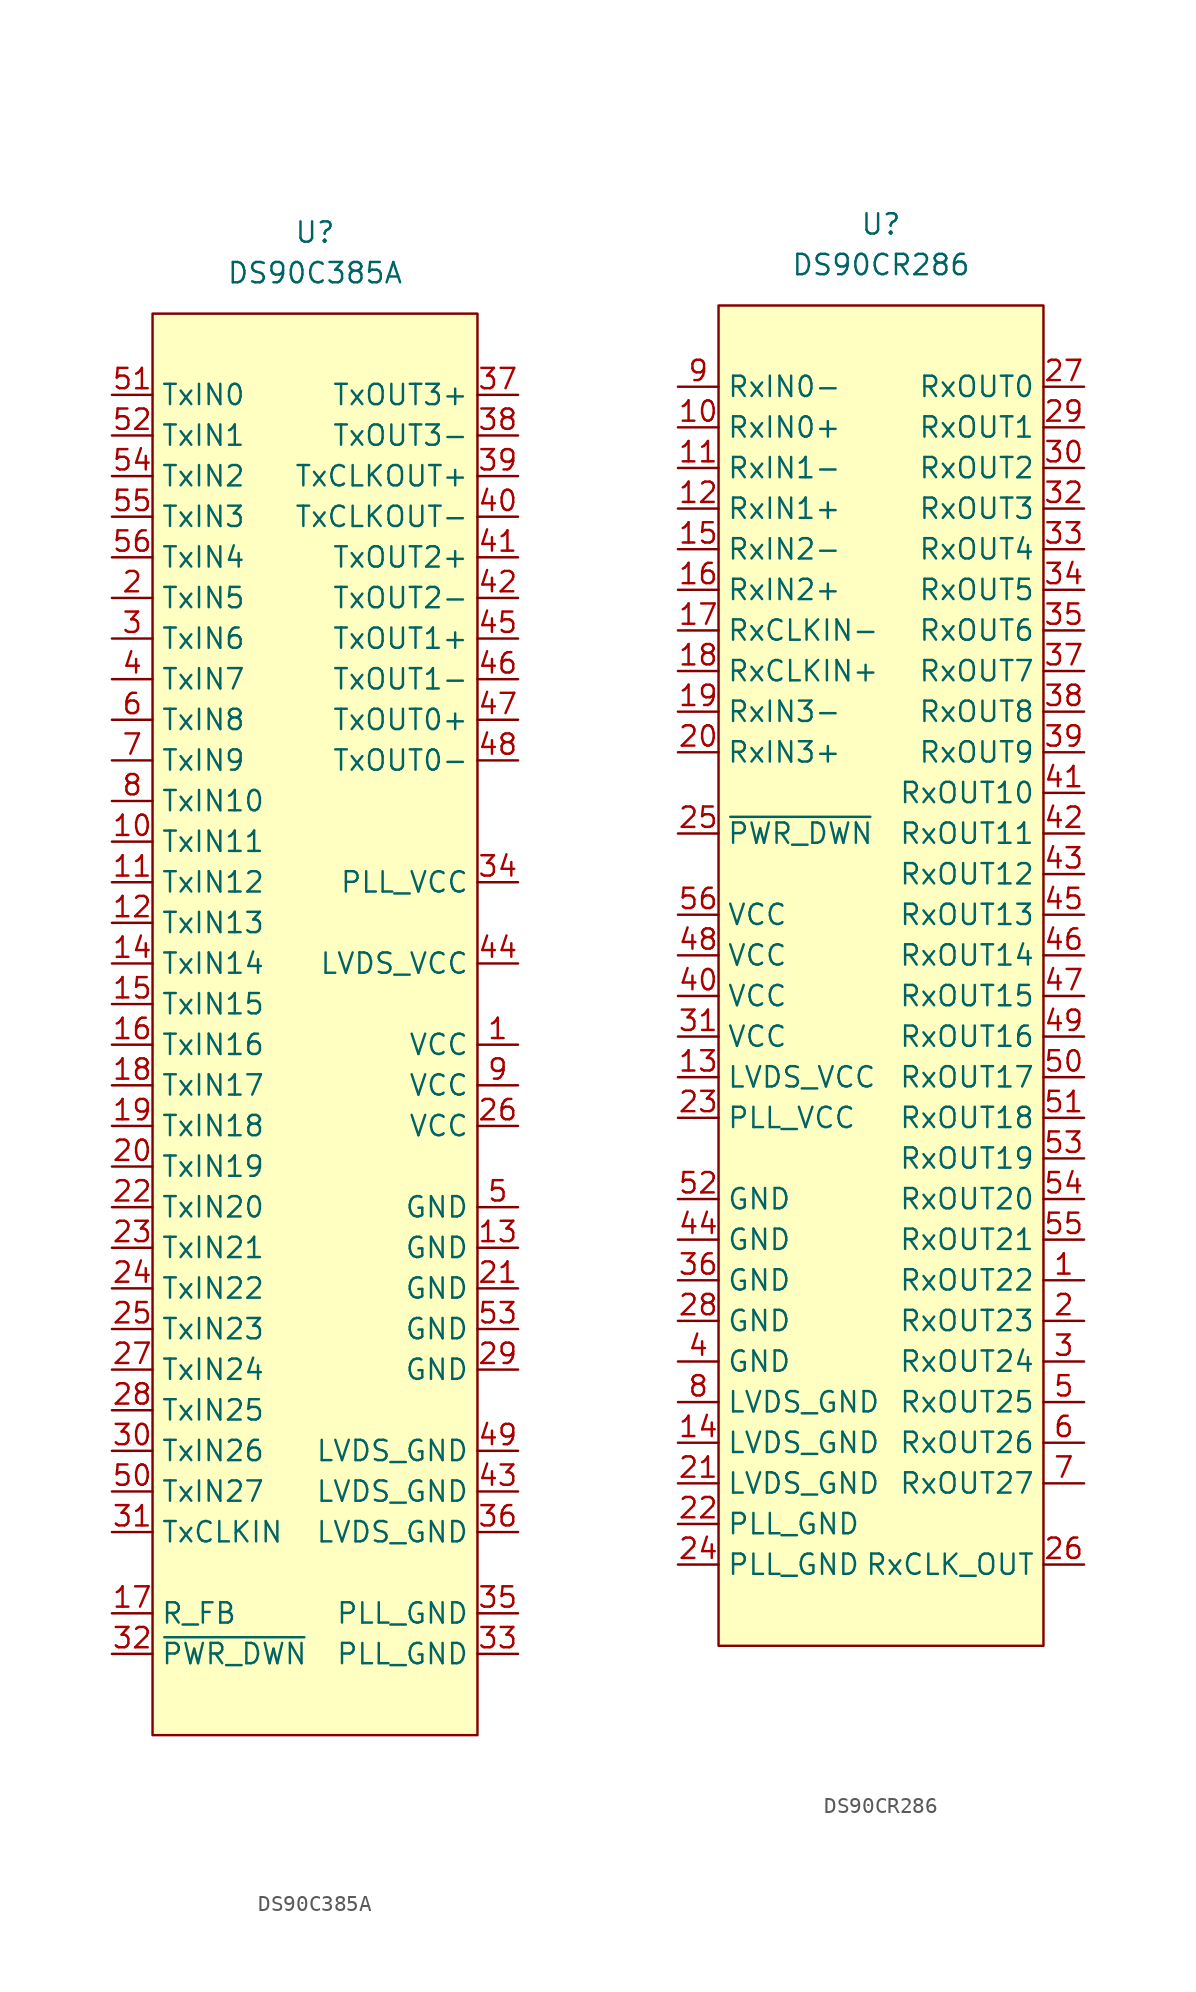
<source format=kicad_sym>
(kicad_symbol_lib
  (version 20211014)
  (generator kicad_symbol_editor)
  (symbol "DS90C385A"
    (property "Reference" "U"
      (at 0 0 0)
      (effects (font (size 1.27 1.27))))
    (property "Value" "DS90C385A"
      (at 0 -2.54 0)
      (effects (font (size 1.27 1.27))))
    (symbol "DS90C385A_0_1"
      (rectangle (start -10.16 -5.08) (end 10.16 -93.98) (stroke (width 0.152) (type default) (color 0 0 0 0)) (fill (type background))))
    (symbol "DS90C385A_1_1"
      (pin output line (at 12.7 -50.8 180) (length 2.54) (name "VCC" (effects (font (size 1.27 1.27)))) (number "1" (effects (font (size 1.27 1.27)))))
      (pin input line (at -12.7 -38.1 0) (length 2.54) (name "TxIN11" (effects (font (size 1.27 1.27)))) (number "10" (effects (font (size 1.27 1.27)))))
      (pin input line (at -12.7 -40.64 0) (length 2.54) (name "TxIN12" (effects (font (size 1.27 1.27)))) (number "11" (effects (font (size 1.27 1.27)))))
      (pin input line (at -12.7 -43.18 0) (length 2.54) (name "TxIN13" (effects (font (size 1.27 1.27)))) (number "12" (effects (font (size 1.27 1.27)))))
      (pin output line (at 12.7 -63.5 180) (length 2.54) (name "GND" (effects (font (size 1.27 1.27)))) (number "13" (effects (font (size 1.27 1.27)))))
      (pin input line (at -12.7 -45.72 0) (length 2.54) (name "TxIN14" (effects (font (size 1.27 1.27)))) (number "14" (effects (font (size 1.27 1.27)))))
      (pin input line (at -12.7 -48.26 0) (length 2.54) (name "TxIN15" (effects (font (size 1.27 1.27)))) (number "15" (effects (font (size 1.27 1.27)))))
      (pin input line (at -12.7 -50.8 0) (length 2.54) (name "TxIN16" (effects (font (size 1.27 1.27)))) (number "16" (effects (font (size 1.27 1.27)))))
      (pin input line (at -12.7 -86.36 0) (length 2.54) (name "R_FB" (effects (font (size 1.27 1.27)))) (number "17" (effects (font (size 1.27 1.27)))))
      (pin input line (at -12.7 -53.34 0) (length 2.54) (name "TxIN17" (effects (font (size 1.27 1.27)))) (number "18" (effects (font (size 1.27 1.27)))))
      (pin input line (at -12.7 -55.88 0) (length 2.54) (name "TxIN18" (effects (font (size 1.27 1.27)))) (number "19" (effects (font (size 1.27 1.27)))))
      (pin input line (at -12.7 -22.86 0) (length 2.54) (name "TxIN5" (effects (font (size 1.27 1.27)))) (number "2" (effects (font (size 1.27 1.27)))))
      (pin input line (at -12.7 -58.42 0) (length 2.54) (name "TxIN19" (effects (font (size 1.27 1.27)))) (number "20" (effects (font (size 1.27 1.27)))))
      (pin output line (at 12.7 -66.04 180) (length 2.54) (name "GND" (effects (font (size 1.27 1.27)))) (number "21" (effects (font (size 1.27 1.27)))))
      (pin input line (at -12.7 -60.96 0) (length 2.54) (name "TxIN20" (effects (font (size 1.27 1.27)))) (number "22" (effects (font (size 1.27 1.27)))))
      (pin input line (at -12.7 -63.5 0) (length 2.54) (name "TxIN21" (effects (font (size 1.27 1.27)))) (number "23" (effects (font (size 1.27 1.27)))))
      (pin input line (at -12.7 -66.04 0) (length 2.54) (name "TxIN22" (effects (font (size 1.27 1.27)))) (number "24" (effects (font (size 1.27 1.27)))))
      (pin input line (at -12.7 -68.58 0) (length 2.54) (name "TxIN23" (effects (font (size 1.27 1.27)))) (number "25" (effects (font (size 1.27 1.27)))))
      (pin output line (at 12.7 -55.88 180) (length 2.54) (name "VCC" (effects (font (size 1.27 1.27)))) (number "26" (effects (font (size 1.27 1.27)))))
      (pin input line (at -12.7 -71.12 0) (length 2.54) (name "TxIN24" (effects (font (size 1.27 1.27)))) (number "27" (effects (font (size 1.27 1.27)))))
      (pin input line (at -12.7 -73.66 0) (length 2.54) (name "TxIN25" (effects (font (size 1.27 1.27)))) (number "28" (effects (font (size 1.27 1.27)))))
      (pin output line (at 12.7 -71.12 180) (length 2.54) (name "GND" (effects (font (size 1.27 1.27)))) (number "29" (effects (font (size 1.27 1.27)))))
      (pin input line (at -12.7 -25.4 0) (length 2.54) (name "TxIN6" (effects (font (size 1.27 1.27)))) (number "3" (effects (font (size 1.27 1.27)))))
      (pin input line (at -12.7 -76.2 0) (length 2.54) (name "TxIN26" (effects (font (size 1.27 1.27)))) (number "30" (effects (font (size 1.27 1.27)))))
      (pin input line (at -12.7 -81.28 0) (length 2.54) (name "TxCLKIN" (effects (font (size 1.27 1.27)))) (number "31" (effects (font (size 1.27 1.27)))))
      (pin input line (at -12.7 -88.9 0) (length 2.54) (name "~{PWR_DWN}" (effects (font (size 1.27 1.27)))) (number "32" (effects (font (size 1.27 1.27)))))
      (pin output line (at 12.7 -88.9 180) (length 2.54) (name "PLL_GND" (effects (font (size 1.27 1.27)))) (number "33" (effects (font (size 1.27 1.27)))))
      (pin output line (at 12.7 -40.64 180) (length 2.54) (name "PLL_VCC" (effects (font (size 1.27 1.27)))) (number "34" (effects (font (size 1.27 1.27)))))
      (pin output line (at 12.7 -86.36 180) (length 2.54) (name "PLL_GND" (effects (font (size 1.27 1.27)))) (number "35" (effects (font (size 1.27 1.27)))))
      (pin output line (at 12.7 -81.28 180) (length 2.54) (name "LVDS_GND" (effects (font (size 1.27 1.27)))) (number "36" (effects (font (size 1.27 1.27)))))
      (pin output line (at 12.7 -10.16 180) (length 2.54) (name "TxOUT3+" (effects (font (size 1.27 1.27)))) (number "37" (effects (font (size 1.27 1.27)))))
      (pin output line (at 12.7 -12.7 180) (length 2.54) (name "TxOUT3-" (effects (font (size 1.27 1.27)))) (number "38" (effects (font (size 1.27 1.27)))))
      (pin output line (at 12.7 -15.24 180) (length 2.54) (name "TxCLKOUT+" (effects (font (size 1.27 1.27)))) (number "39" (effects (font (size 1.27 1.27)))))
      (pin input line (at -12.7 -27.94 0) (length 2.54) (name "TxIN7" (effects (font (size 1.27 1.27)))) (number "4" (effects (font (size 1.27 1.27)))))
      (pin output line (at 12.7 -17.78 180) (length 2.54) (name "TxCLKOUT-" (effects (font (size 1.27 1.27)))) (number "40" (effects (font (size 1.27 1.27)))))
      (pin output line (at 12.7 -20.32 180) (length 2.54) (name "TxOUT2+" (effects (font (size 1.27 1.27)))) (number "41" (effects (font (size 1.27 1.27)))))
      (pin output line (at 12.7 -22.86 180) (length 2.54) (name "TxOUT2-" (effects (font (size 1.27 1.27)))) (number "42" (effects (font (size 1.27 1.27)))))
      (pin output line (at 12.7 -78.74 180) (length 2.54) (name "LVDS_GND" (effects (font (size 1.27 1.27)))) (number "43" (effects (font (size 1.27 1.27)))))
      (pin output line (at 12.7 -45.72 180) (length 2.54) (name "LVDS_VCC" (effects (font (size 1.27 1.27)))) (number "44" (effects (font (size 1.27 1.27)))))
      (pin output line (at 12.7 -25.4 180) (length 2.54) (name "TxOUT1+" (effects (font (size 1.27 1.27)))) (number "45" (effects (font (size 1.27 1.27)))))
      (pin output line (at 12.7 -27.94 180) (length 2.54) (name "TxOUT1-" (effects (font (size 1.27 1.27)))) (number "46" (effects (font (size 1.27 1.27)))))
      (pin output line (at 12.7 -30.48 180) (length 2.54) (name "TxOUT0+" (effects (font (size 1.27 1.27)))) (number "47" (effects (font (size 1.27 1.27)))))
      (pin output line (at 12.7 -33.02 180) (length 2.54) (name "TxOUT0-" (effects (font (size 1.27 1.27)))) (number "48" (effects (font (size 1.27 1.27)))))
      (pin output line (at 12.7 -76.2 180) (length 2.54) (name "LVDS_GND" (effects (font (size 1.27 1.27)))) (number "49" (effects (font (size 1.27 1.27)))))
      (pin output line (at 12.7 -60.96 180) (length 2.54) (name "GND" (effects (font (size 1.27 1.27)))) (number "5" (effects (font (size 1.27 1.27)))))
      (pin input line (at -12.7 -78.74 0) (length 2.54) (name "TxIN27" (effects (font (size 1.27 1.27)))) (number "50" (effects (font (size 1.27 1.27)))))
      (pin input line (at -12.7 -10.16 0) (length 2.54) (name "TxIN0" (effects (font (size 1.27 1.27)))) (number "51" (effects (font (size 1.27 1.27)))))
      (pin input line (at -12.7 -12.7 0) (length 2.54) (name "TxIN1" (effects (font (size 1.27 1.27)))) (number "52" (effects (font (size 1.27 1.27)))))
      (pin output line (at 12.7 -68.58 180) (length 2.54) (name "GND" (effects (font (size 1.27 1.27)))) (number "53" (effects (font (size 1.27 1.27)))))
      (pin input line (at -12.7 -15.24 0) (length 2.54) (name "TxIN2" (effects (font (size 1.27 1.27)))) (number "54" (effects (font (size 1.27 1.27)))))
      (pin input line (at -12.7 -17.78 0) (length 2.54) (name "TxIN3" (effects (font (size 1.27 1.27)))) (number "55" (effects (font (size 1.27 1.27)))))
      (pin input line (at -12.7 -20.32 0) (length 2.54) (name "TxIN4" (effects (font (size 1.27 1.27)))) (number "56" (effects (font (size 1.27 1.27)))))
      (pin input line (at -12.7 -30.48 0) (length 2.54) (name "TxIN8" (effects (font (size 1.27 1.27)))) (number "6" (effects (font (size 1.27 1.27)))))
      (pin input line (at -12.7 -33.02 0) (length 2.54) (name "TxIN9" (effects (font (size 1.27 1.27)))) (number "7" (effects (font (size 1.27 1.27)))))
      (pin input line (at -12.7 -35.56 0) (length 2.54) (name "TxIN10" (effects (font (size 1.27 1.27)))) (number "8" (effects (font (size 1.27 1.27)))))
      (pin output line (at 12.7 -53.34 180) (length 2.54) (name "VCC" (effects (font (size 1.27 1.27)))) (number "9" (effects (font (size 1.27 1.27)))))))
  (symbol "DS90CR286"
    (property "Reference" "U"
      (at 0 0 0)
      (effects (font (size 1.27 1.27))))
    (property "Value" "DS90CR286"
      (at 0 -2.54 0)
      (effects (font (size 1.27 1.27))))
    (symbol "DS90CR286_0_1"
      (rectangle (start -10.16 -5.08) (end 10.16 -88.9) (stroke (width 0.152) (type default) (color 0 0 0 0)) (fill (type background))))
    (symbol "DS90CR286_1_1"
      (pin output line (at 12.7 -66.04 180) (length 2.54) (name "RxOUT22" (effects (font (size 1.27 1.27)))) (number "1" (effects (font (size 1.27 1.27)))))
      (pin input line (at -12.7 -12.7 0) (length 2.54) (name "RxIN0+" (effects (font (size 1.27 1.27)))) (number "10" (effects (font (size 1.27 1.27)))))
      (pin input line (at -12.7 -15.24 0) (length 2.54) (name "RxIN1-" (effects (font (size 1.27 1.27)))) (number "11" (effects (font (size 1.27 1.27)))))
      (pin input line (at -12.7 -17.78 0) (length 2.54) (name "RxIN1+" (effects (font (size 1.27 1.27)))) (number "12" (effects (font (size 1.27 1.27)))))
      (pin input line (at -12.7 -53.34 0) (length 2.54) (name "LVDS_VCC" (effects (font (size 1.27 1.27)))) (number "13" (effects (font (size 1.27 1.27)))))
      (pin input line (at -12.7 -76.2 0) (length 2.54) (name "LVDS_GND" (effects (font (size 1.27 1.27)))) (number "14" (effects (font (size 1.27 1.27)))))
      (pin input line (at -12.7 -20.32 0) (length 2.54) (name "RxIN2-" (effects (font (size 1.27 1.27)))) (number "15" (effects (font (size 1.27 1.27)))))
      (pin input line (at -12.7 -22.86 0) (length 2.54) (name "RxIN2+" (effects (font (size 1.27 1.27)))) (number "16" (effects (font (size 1.27 1.27)))))
      (pin input line (at -12.7 -25.4 0) (length 2.54) (name "RxCLKIN-" (effects (font (size 1.27 1.27)))) (number "17" (effects (font (size 1.27 1.27)))))
      (pin input line (at -12.7 -27.94 0) (length 2.54) (name "RxCLKIN+" (effects (font (size 1.27 1.27)))) (number "18" (effects (font (size 1.27 1.27)))))
      (pin input line (at -12.7 -30.48 0) (length 2.54) (name "RxIN3-" (effects (font (size 1.27 1.27)))) (number "19" (effects (font (size 1.27 1.27)))))
      (pin output line (at 12.7 -68.58 180) (length 2.54) (name "RxOUT23" (effects (font (size 1.27 1.27)))) (number "2" (effects (font (size 1.27 1.27)))))
      (pin input line (at -12.7 -33.02 0) (length 2.54) (name "RxIN3+" (effects (font (size 1.27 1.27)))) (number "20" (effects (font (size 1.27 1.27)))))
      (pin input line (at -12.7 -78.74 0) (length 2.54) (name "LVDS_GND" (effects (font (size 1.27 1.27)))) (number "21" (effects (font (size 1.27 1.27)))))
      (pin input line (at -12.7 -81.28 0) (length 2.54) (name "PLL_GND" (effects (font (size 1.27 1.27)))) (number "22" (effects (font (size 1.27 1.27)))))
      (pin input line (at -12.7 -55.88 0) (length 2.54) (name "PLL_VCC" (effects (font (size 1.27 1.27)))) (number "23" (effects (font (size 1.27 1.27)))))
      (pin input line (at -12.7 -83.82 0) (length 2.54) (name "PLL_GND" (effects (font (size 1.27 1.27)))) (number "24" (effects (font (size 1.27 1.27)))))
      (pin input line (at -12.7 -38.1 0) (length 2.54) (name "~{PWR_DWN}" (effects (font (size 1.27 1.27)))) (number "25" (effects (font (size 1.27 1.27)))))
      (pin input line (at 12.7 -83.82 180) (length 2.54) (name "RxCLK_OUT" (effects (font (size 1.27 1.27)))) (number "26" (effects (font (size 1.27 1.27)))))
      (pin output line (at 12.7 -10.16 180) (length 2.54) (name "RxOUT0" (effects (font (size 1.27 1.27)))) (number "27" (effects (font (size 1.27 1.27)))))
      (pin input line (at -12.7 -68.58 0) (length 2.54) (name "GND" (effects (font (size 1.27 1.27)))) (number "28" (effects (font (size 1.27 1.27)))))
      (pin output line (at 12.7 -12.7 180) (length 2.54) (name "RxOUT1" (effects (font (size 1.27 1.27)))) (number "29" (effects (font (size 1.27 1.27)))))
      (pin output line (at 12.7 -71.12 180) (length 2.54) (name "RxOUT24" (effects (font (size 1.27 1.27)))) (number "3" (effects (font (size 1.27 1.27)))))
      (pin output line (at 12.7 -15.24 180) (length 2.54) (name "RxOUT2" (effects (font (size 1.27 1.27)))) (number "30" (effects (font (size 1.27 1.27)))))
      (pin input line (at -12.7 -50.8 0) (length 2.54) (name "VCC" (effects (font (size 1.27 1.27)))) (number "31" (effects (font (size 1.27 1.27)))))
      (pin output line (at 12.7 -17.78 180) (length 2.54) (name "RxOUT3" (effects (font (size 1.27 1.27)))) (number "32" (effects (font (size 1.27 1.27)))))
      (pin output line (at 12.7 -20.32 180) (length 2.54) (name "RxOUT4" (effects (font (size 1.27 1.27)))) (number "33" (effects (font (size 1.27 1.27)))))
      (pin output line (at 12.7 -22.86 180) (length 2.54) (name "RxOUT5" (effects (font (size 1.27 1.27)))) (number "34" (effects (font (size 1.27 1.27)))))
      (pin output line (at 12.7 -25.4 180) (length 2.54) (name "RxOUT6" (effects (font (size 1.27 1.27)))) (number "35" (effects (font (size 1.27 1.27)))))
      (pin input line (at -12.7 -66.04 0) (length 2.54) (name "GND" (effects (font (size 1.27 1.27)))) (number "36" (effects (font (size 1.27 1.27)))))
      (pin output line (at 12.7 -27.94 180) (length 2.54) (name "RxOUT7" (effects (font (size 1.27 1.27)))) (number "37" (effects (font (size 1.27 1.27)))))
      (pin output line (at 12.7 -30.48 180) (length 2.54) (name "RxOUT8" (effects (font (size 1.27 1.27)))) (number "38" (effects (font (size 1.27 1.27)))))
      (pin output line (at 12.7 -33.02 180) (length 2.54) (name "RxOUT9" (effects (font (size 1.27 1.27)))) (number "39" (effects (font (size 1.27 1.27)))))
      (pin input line (at -12.7 -71.12 0) (length 2.54) (name "GND" (effects (font (size 1.27 1.27)))) (number "4" (effects (font (size 1.27 1.27)))))
      (pin input line (at -12.7 -48.26 0) (length 2.54) (name "VCC" (effects (font (size 1.27 1.27)))) (number "40" (effects (font (size 1.27 1.27)))))
      (pin output line (at 12.7 -35.56 180) (length 2.54) (name "RxOUT10" (effects (font (size 1.27 1.27)))) (number "41" (effects (font (size 1.27 1.27)))))
      (pin output line (at 12.7 -38.1 180) (length 2.54) (name "RxOUT11" (effects (font (size 1.27 1.27)))) (number "42" (effects (font (size 1.27 1.27)))))
      (pin output line (at 12.7 -40.64 180) (length 2.54) (name "RxOUT12" (effects (font (size 1.27 1.27)))) (number "43" (effects (font (size 1.27 1.27)))))
      (pin input line (at -12.7 -63.5 0) (length 2.54) (name "GND" (effects (font (size 1.27 1.27)))) (number "44" (effects (font (size 1.27 1.27)))))
      (pin output line (at 12.7 -43.18 180) (length 2.54) (name "RxOUT13" (effects (font (size 1.27 1.27)))) (number "45" (effects (font (size 1.27 1.27)))))
      (pin output line (at 12.7 -45.72 180) (length 2.54) (name "RxOUT14" (effects (font (size 1.27 1.27)))) (number "46" (effects (font (size 1.27 1.27)))))
      (pin output line (at 12.7 -48.26 180) (length 2.54) (name "RxOUT15" (effects (font (size 1.27 1.27)))) (number "47" (effects (font (size 1.27 1.27)))))
      (pin input line (at -12.7 -45.72 0) (length 2.54) (name "VCC" (effects (font (size 1.27 1.27)))) (number "48" (effects (font (size 1.27 1.27)))))
      (pin output line (at 12.7 -50.8 180) (length 2.54) (name "RxOUT16" (effects (font (size 1.27 1.27)))) (number "49" (effects (font (size 1.27 1.27)))))
      (pin output line (at 12.7 -73.66 180) (length 2.54) (name "RxOUT25" (effects (font (size 1.27 1.27)))) (number "5" (effects (font (size 1.27 1.27)))))
      (pin output line (at 12.7 -53.34 180) (length 2.54) (name "RxOUT17" (effects (font (size 1.27 1.27)))) (number "50" (effects (font (size 1.27 1.27)))))
      (pin output line (at 12.7 -55.88 180) (length 2.54) (name "RxOUT18" (effects (font (size 1.27 1.27)))) (number "51" (effects (font (size 1.27 1.27)))))
      (pin input line (at -12.7 -60.96 0) (length 2.54) (name "GND" (effects (font (size 1.27 1.27)))) (number "52" (effects (font (size 1.27 1.27)))))
      (pin output line (at 12.7 -58.42 180) (length 2.54) (name "RxOUT19" (effects (font (size 1.27 1.27)))) (number "53" (effects (font (size 1.27 1.27)))))
      (pin output line (at 12.7 -60.96 180) (length 2.54) (name "RxOUT20" (effects (font (size 1.27 1.27)))) (number "54" (effects (font (size 1.27 1.27)))))
      (pin output line (at 12.7 -63.5 180) (length 2.54) (name "RxOUT21" (effects (font (size 1.27 1.27)))) (number "55" (effects (font (size 1.27 1.27)))))
      (pin input line (at -12.7 -43.18 0) (length 2.54) (name "VCC" (effects (font (size 1.27 1.27)))) (number "56" (effects (font (size 1.27 1.27)))))
      (pin output line (at 12.7 -76.2 180) (length 2.54) (name "RxOUT26" (effects (font (size 1.27 1.27)))) (number "6" (effects (font (size 1.27 1.27)))))
      (pin output line (at 12.7 -78.74 180) (length 2.54) (name "RxOUT27" (effects (font (size 1.27 1.27)))) (number "7" (effects (font (size 1.27 1.27)))))
      (pin input line (at -12.7 -73.66 0) (length 2.54) (name "LVDS_GND" (effects (font (size 1.27 1.27)))) (number "8" (effects (font (size 1.27 1.27)))))
      (pin input line (at -12.7 -10.16 0) (length 2.54) (name "RxIN0-" (effects (font (size 1.27 1.27)))) (number "9" (effects (font (size 1.27 1.27))))))))
</source>
